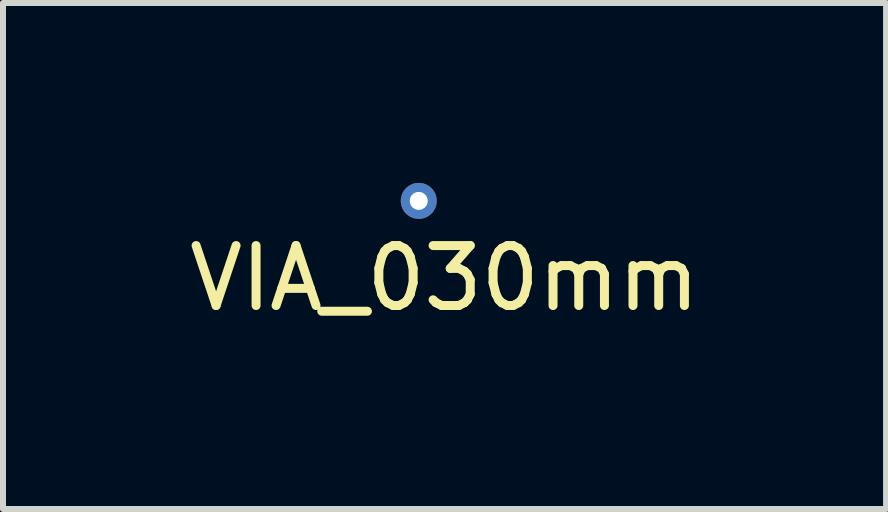
<source format=kicad_pcb>
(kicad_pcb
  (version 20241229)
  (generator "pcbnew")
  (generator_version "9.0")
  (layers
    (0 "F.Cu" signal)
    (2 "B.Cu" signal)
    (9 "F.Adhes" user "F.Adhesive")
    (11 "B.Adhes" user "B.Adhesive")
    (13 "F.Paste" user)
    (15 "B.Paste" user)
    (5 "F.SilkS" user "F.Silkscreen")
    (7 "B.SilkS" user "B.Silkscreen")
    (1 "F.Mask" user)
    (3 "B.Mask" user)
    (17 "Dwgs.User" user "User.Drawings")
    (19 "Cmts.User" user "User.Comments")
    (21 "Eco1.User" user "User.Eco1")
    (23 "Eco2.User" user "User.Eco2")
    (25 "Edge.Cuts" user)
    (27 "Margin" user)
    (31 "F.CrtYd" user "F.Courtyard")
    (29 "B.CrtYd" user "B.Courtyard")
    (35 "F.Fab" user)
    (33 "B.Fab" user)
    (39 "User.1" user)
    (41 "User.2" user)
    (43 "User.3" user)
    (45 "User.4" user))
  (footprint "VIA_030mm"
    (layer "F.Cu")
    (at 3.933 0.3)
    (property "Reference" "VIA_030mm" (at 0.43 1.29 0) (layer "F.SilkS") (effects (font (size 1 1) (thickness 0.15))))
    (attr through_hole)
    (pad "1" thru_hole circle (at 0 0) (size 0.6 0.6) (drill 0.3) (layers "*.Cu")))
  (gr_rect
    (start -3 -3)
    (end 11.726 5.438)
    (stroke (width 0.1) (type default))
    (fill no)
    (layer "Edge.Cuts")))
</source>
